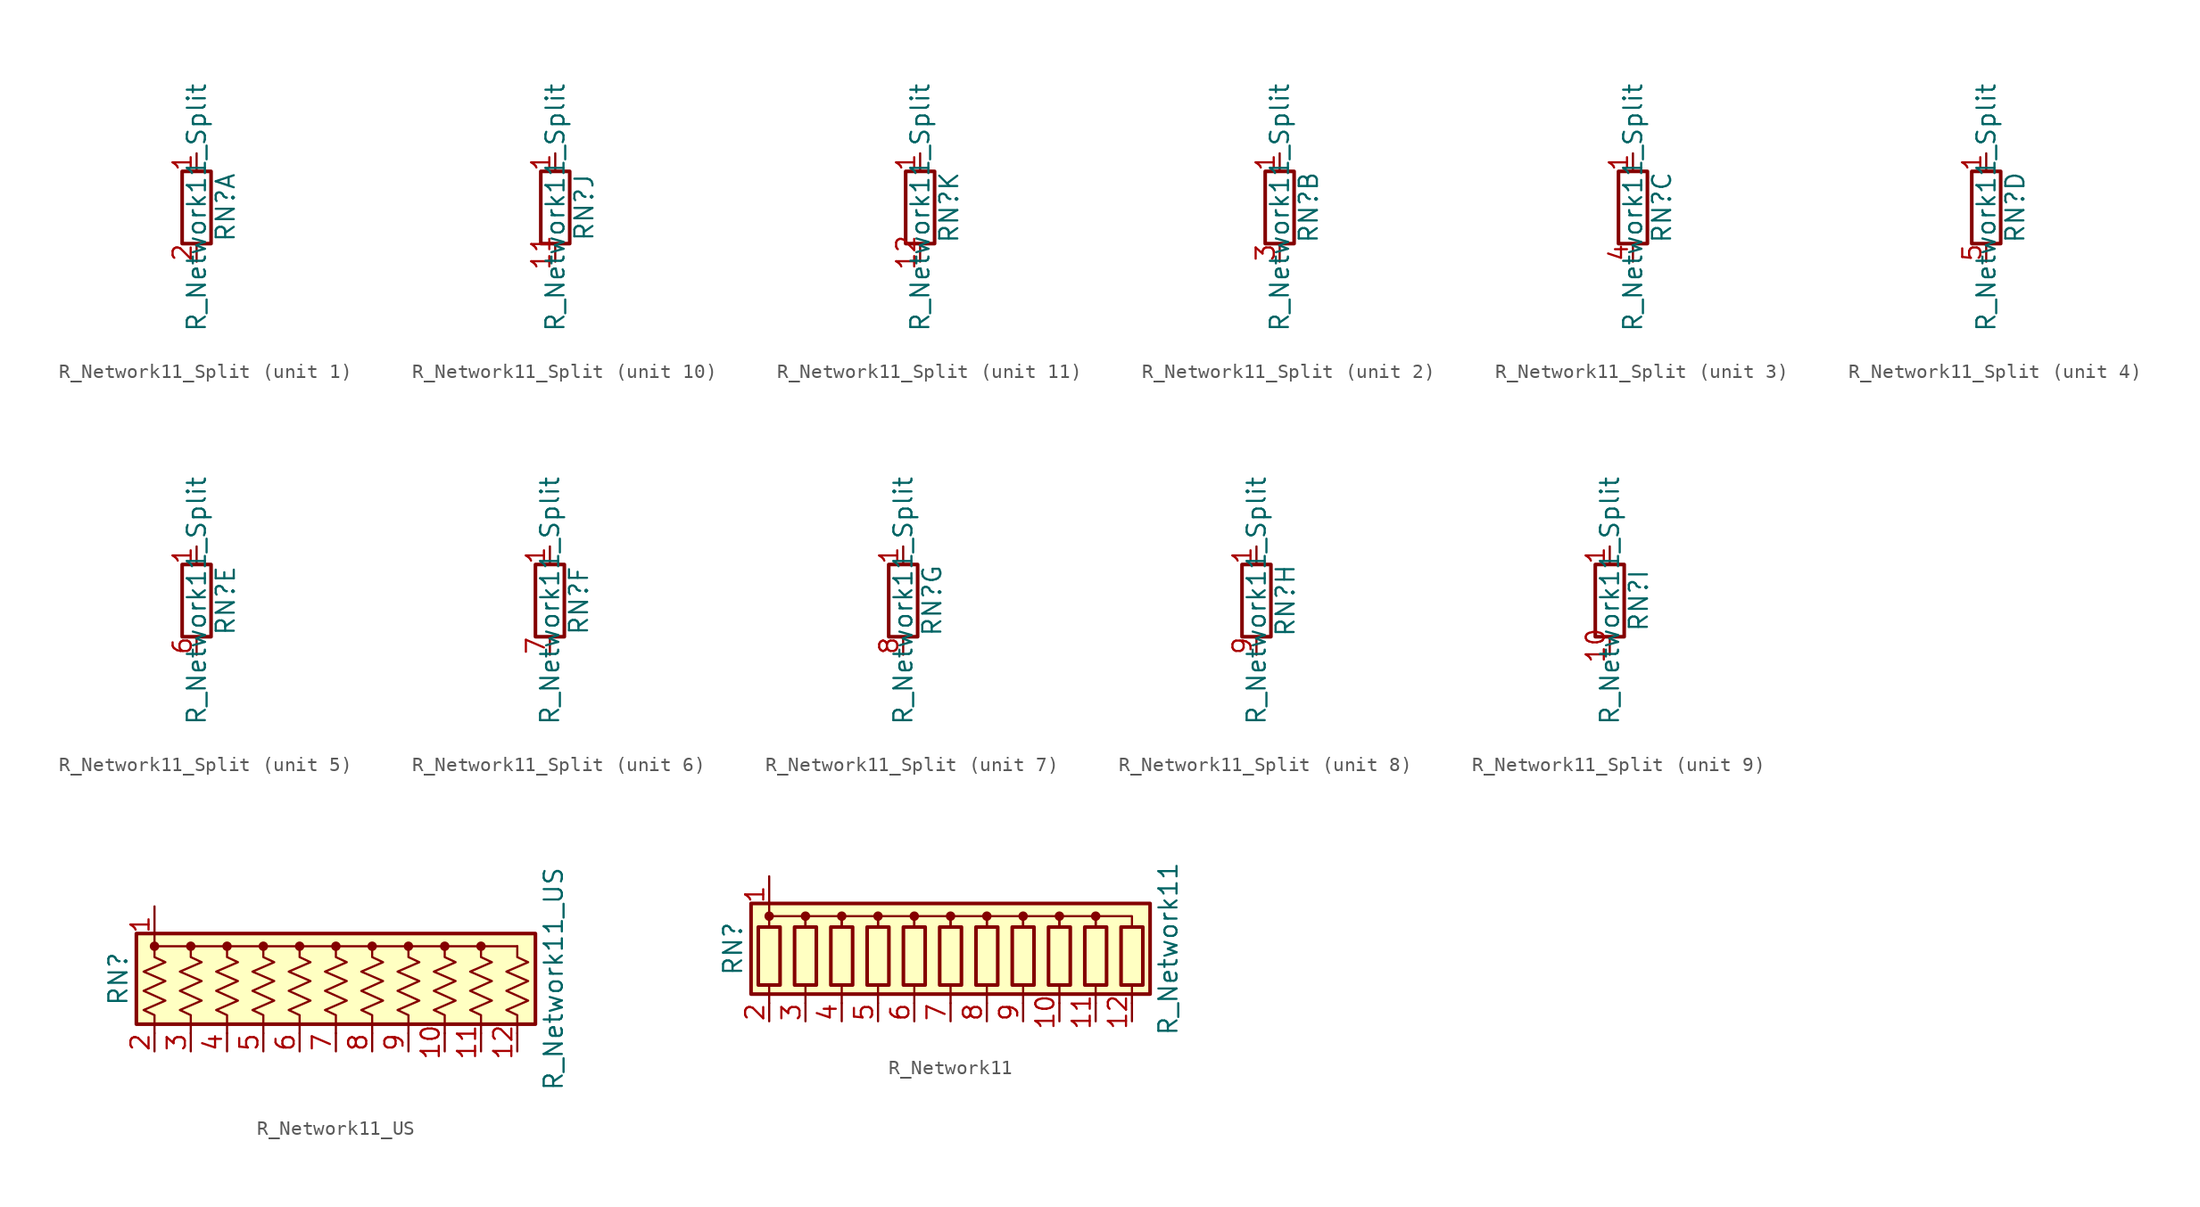
<source format=kicad_sym>
(kicad_symbol_lib
  (version 20241209)
  (generator "kicad_symbol_editor")
  (generator_version "9.0")
  (symbol "R_Network11_Split"
    (pin_names
      (offset 0)
      (hide yes))
    (property "Reference" "RN"
      (at 2.032 0 90)
      (effects (font (size 1.27 1.27))))
    (property "Value" "R_Network11_Split"
      (at 0 0 90)
      (effects (font (size 1.27 1.27))))
    (symbol "R_Network11_Split_0_1"
      (rectangle (start 1.016 2.54) (end -1.016 -2.54) (stroke (width 0.254) (type default)) (fill (type none)))
      (pin passive line (at 0 3.81 270) (length 1.27) (name "R1" (effects (font (size 1.27 1.27)))) (number "1" (effects (font (size 1.27 1.27))))))
    (symbol "R_Network11_Split_1_1"
      (pin passive line (at 0 -3.81 90) (length 1.27) (name "R1.2" (effects (font (size 1.27 1.27)))) (number "2" (effects (font (size 1.27 1.27))))))
    (symbol "R_Network11_Split_2_1"
      (pin passive line (at 0 -3.81 90) (length 1.27) (name "R2.2" (effects (font (size 1.27 1.27)))) (number "3" (effects (font (size 1.27 1.27))))))
    (symbol "R_Network11_Split_3_1"
      (pin passive line (at 0 -3.81 90) (length 1.27) (name "R3.2" (effects (font (size 1.27 1.27)))) (number "4" (effects (font (size 1.27 1.27))))))
    (symbol "R_Network11_Split_4_1"
      (pin passive line (at 0 -3.81 90) (length 1.27) (name "R4.2" (effects (font (size 1.27 1.27)))) (number "5" (effects (font (size 1.27 1.27))))))
    (symbol "R_Network11_Split_5_1"
      (pin passive line (at 0 -3.81 90) (length 1.27) (name "R5.2" (effects (font (size 1.27 1.27)))) (number "6" (effects (font (size 1.27 1.27))))))
    (symbol "R_Network11_Split_6_1"
      (pin passive line (at 0 -3.81 90) (length 1.27) (name "R6.2" (effects (font (size 1.27 1.27)))) (number "7" (effects (font (size 1.27 1.27))))))
    (symbol "R_Network11_Split_7_1"
      (pin passive line (at 0 -3.81 90) (length 1.27) (name "R7.2" (effects (font (size 1.27 1.27)))) (number "8" (effects (font (size 1.27 1.27))))))
    (symbol "R_Network11_Split_8_1"
      (pin passive line (at 0 -3.81 90) (length 1.27) (name "R8.2" (effects (font (size 1.27 1.27)))) (number "9" (effects (font (size 1.27 1.27))))))
    (symbol "R_Network11_Split_9_1"
      (pin passive line (at 0 -3.81 90) (length 1.27) (name "R9.2" (effects (font (size 1.27 1.27)))) (number "10" (effects (font (size 1.27 1.27))))))
    (symbol "R_Network11_Split_10_1"
      (pin passive line (at 0 -3.81 90) (length 1.27) (name "R10.2" (effects (font (size 1.27 1.27)))) (number "11" (effects (font (size 1.27 1.27))))))
    (symbol "R_Network11_Split_11_1"
      (pin passive line (at 0 -3.81 90) (length 1.27) (name "R11.2" (effects (font (size 1.27 1.27)))) (number "12" (effects (font (size 1.27 1.27)))))))
  (symbol "R_Network11_US"
    (pin_names
      (offset 0)
      (hide yes))
    (property "Reference" "RN"
      (at -15.24 0 90)
      (effects (font (size 1.27 1.27))))
    (property "Value" "R_Network11_US"
      (at 15.24 0 90)
      (effects (font (size 1.27 1.27))))
    (symbol "R_Network11_US_0_1"
      (rectangle (start -13.97 -3.175) (end 13.97 3.175) (stroke (width 0.254) (type default)) (fill (type background)))
      (circle (center -12.7 2.286) (radius 0.254) (stroke (width 0) (type default)) (fill (type outline)))
      (polyline (pts (xy -12.7 2.286) (xy 12.7 2.286)) (stroke (width 0) (type default)) (fill (type none)))
      (polyline (pts (xy -12.7 2.286) (xy -12.7 1.524) (xy -11.938 1.168) (xy -13.462 0.508) (xy -11.938 -0.152) (xy -13.462 -0.838) (xy -11.938 -1.524) (xy -13.462 -2.184) (xy -12.7 -2.54) (xy -12.7 -3.81)) (stroke (width 0) (type default)) (fill (type none)))
      (circle (center -10.16 2.286) (radius 0.254) (stroke (width 0) (type default)) (fill (type outline)))
      (polyline (pts (xy -10.16 2.286) (xy -10.16 1.524) (xy -9.398 1.168) (xy -10.922 0.508) (xy -9.398 -0.152) (xy -10.922 -0.838) (xy -9.398 -1.524) (xy -10.922 -2.184) (xy -10.16 -2.54) (xy -10.16 -3.81)) (stroke (width 0) (type default)) (fill (type none)))
      (circle (center -7.62 2.286) (radius 0.254) (stroke (width 0) (type default)) (fill (type outline)))
      (polyline (pts (xy -7.62 2.286) (xy -7.62 1.524) (xy -6.858 1.168) (xy -8.382 0.508) (xy -6.858 -0.152) (xy -8.382 -0.838) (xy -6.858 -1.524) (xy -8.382 -2.184) (xy -7.62 -2.54) (xy -7.62 -3.81)) (stroke (width 0) (type default)) (fill (type none)))
      (circle (center -5.08 2.286) (radius 0.254) (stroke (width 0) (type default)) (fill (type outline)))
      (polyline (pts (xy -5.08 2.286) (xy -5.08 1.524) (xy -4.318 1.168) (xy -5.842 0.508) (xy -4.318 -0.152) (xy -5.842 -0.838) (xy -4.318 -1.524) (xy -5.842 -2.184) (xy -5.08 -2.54) (xy -5.08 -3.81)) (stroke (width 0) (type default)) (fill (type none)))
      (circle (center -2.54 2.286) (radius 0.254) (stroke (width 0) (type default)) (fill (type outline)))
      (polyline (pts (xy -2.54 2.286) (xy -2.54 1.524) (xy -1.778 1.168) (xy -3.302 0.508) (xy -1.778 -0.152) (xy -3.302 -0.838) (xy -1.778 -1.524) (xy -3.302 -2.184) (xy -2.54 -2.54) (xy -2.54 -3.81)) (stroke (width 0) (type default)) (fill (type none)))
      (circle (center 0 2.286) (radius 0.254) (stroke (width 0) (type default)) (fill (type outline)))
      (polyline (pts (xy 0 2.286) (xy 0 1.524) (xy 0.762 1.168) (xy -0.762 0.508) (xy 0.762 -0.152) (xy -0.762 -0.838) (xy 0.762 -1.524) (xy -0.762 -2.184) (xy 0 -2.54) (xy 0 -3.81)) (stroke (width 0) (type default)) (fill (type none)))
      (polyline (pts (xy 2.54 2.286) (xy 2.54 1.524) (xy 3.302 1.168) (xy 1.778 0.508) (xy 3.302 -0.152) (xy 1.778 -0.838) (xy 3.302 -1.524) (xy 1.778 -2.184) (xy 2.54 -2.54) (xy 2.54 -3.81)) (stroke (width 0) (type default)) (fill (type none)))
      (circle (center 2.54 2.286) (radius 0.254) (stroke (width 0) (type default)) (fill (type outline)))
      (polyline (pts (xy 5.08 2.286) (xy 5.08 1.524) (xy 5.842 1.168) (xy 4.318 0.508) (xy 5.842 -0.152) (xy 4.318 -0.838) (xy 5.842 -1.524) (xy 4.318 -2.184) (xy 5.08 -2.54) (xy 5.08 -3.81)) (stroke (width 0) (type default)) (fill (type none)))
      (circle (center 5.08 2.286) (radius 0.254) (stroke (width 0) (type default)) (fill (type outline)))
      (polyline (pts (xy 7.62 2.286) (xy 7.62 1.524) (xy 8.382 1.168) (xy 6.858 0.508) (xy 8.382 -0.152) (xy 6.858 -0.838) (xy 8.382 -1.524) (xy 6.858 -2.184) (xy 7.62 -2.54) (xy 7.62 -3.81)) (stroke (width 0) (type default)) (fill (type none)))
      (circle (center 7.62 2.286) (radius 0.254) (stroke (width 0) (type default)) (fill (type outline)))
      (polyline (pts (xy 10.16 2.286) (xy 10.16 1.524) (xy 10.922 1.168) (xy 9.398 0.508) (xy 10.922 -0.152) (xy 9.398 -0.838) (xy 10.922 -1.524) (xy 9.398 -2.184) (xy 10.16 -2.54) (xy 10.16 -3.81)) (stroke (width 0) (type default)) (fill (type none)))
      (circle (center 10.16 2.286) (radius 0.254) (stroke (width 0) (type default)) (fill (type outline)))
      (polyline (pts (xy 12.7 2.286) (xy 12.7 1.524) (xy 13.462 1.168) (xy 11.938 0.508) (xy 13.462 -0.152) (xy 11.938 -0.838) (xy 13.462 -1.524) (xy 11.938 -2.184) (xy 12.7 -2.54) (xy 12.7 -3.81)) (stroke (width 0) (type default)) (fill (type none))))
    (symbol "R_Network11_US_1_1"
      (pin passive line (at -12.7 5.08 270) (length 2.54) (name "common" (effects (font (size 1.27 1.27)))) (number "1" (effects (font (size 1.27 1.27)))))
      (pin passive line (at -12.7 -5.08 90) (length 1.27) (name "R1" (effects (font (size 1.27 1.27)))) (number "2" (effects (font (size 1.27 1.27)))))
      (pin passive line (at -10.16 -5.08 90) (length 1.27) (name "R2" (effects (font (size 1.27 1.27)))) (number "3" (effects (font (size 1.27 1.27)))))
      (pin passive line (at -7.62 -5.08 90) (length 1.27) (name "R3" (effects (font (size 1.27 1.27)))) (number "4" (effects (font (size 1.27 1.27)))))
      (pin passive line (at -5.08 -5.08 90) (length 1.27) (name "R4" (effects (font (size 1.27 1.27)))) (number "5" (effects (font (size 1.27 1.27)))))
      (pin passive line (at -2.54 -5.08 90) (length 1.27) (name "R5" (effects (font (size 1.27 1.27)))) (number "6" (effects (font (size 1.27 1.27)))))
      (pin passive line (at 0 -5.08 90) (length 1.27) (name "R6" (effects (font (size 1.27 1.27)))) (number "7" (effects (font (size 1.27 1.27)))))
      (pin passive line (at 2.54 -5.08 90) (length 1.27) (name "R7" (effects (font (size 1.27 1.27)))) (number "8" (effects (font (size 1.27 1.27)))))
      (pin passive line (at 5.08 -5.08 90) (length 1.27) (name "R8" (effects (font (size 1.27 1.27)))) (number "9" (effects (font (size 1.27 1.27)))))
      (pin passive line (at 7.62 -5.08 90) (length 1.27) (name "R9" (effects (font (size 1.27 1.27)))) (number "10" (effects (font (size 1.27 1.27)))))
      (pin passive line (at 10.16 -5.08 90) (length 1.27) (name "R10" (effects (font (size 1.27 1.27)))) (number "11" (effects (font (size 1.27 1.27)))))
      (pin passive line (at 12.7 -5.08 90) (length 1.27) (name "R11" (effects (font (size 1.27 1.27)))) (number "12" (effects (font (size 1.27 1.27)))))))
  (symbol "R_Network11"
    (pin_names
      (offset 0)
      (hide yes))
    (property "Reference" "RN"
      (at -15.24 0 90)
      (effects (font (size 1.27 1.27))))
    (property "Value" "R_Network11"
      (at 15.24 0 90)
      (effects (font (size 1.27 1.27))))
    (symbol "R_Network11_0_1"
      (rectangle (start -13.97 -3.175) (end 13.97 3.175) (stroke (width 0.254) (type default)) (fill (type background)))
      (rectangle (start -13.462 1.524) (end -11.938 -2.54) (stroke (width 0.254) (type default)) (fill (type none)))
      (circle (center -12.7 2.286) (radius 0.254) (stroke (width 0) (type default)) (fill (type outline)))
      (polyline (pts (xy -12.7 1.524) (xy -12.7 2.286) (xy -10.16 2.286) (xy -10.16 1.524)) (stroke (width 0) (type default)) (fill (type none)))
      (polyline (pts (xy -12.7 -2.54) (xy -12.7 -3.81)) (stroke (width 0) (type default)) (fill (type none)))
      (rectangle (start -10.922 1.524) (end -9.398 -2.54) (stroke (width 0.254) (type default)) (fill (type none)))
      (circle (center -10.16 2.286) (radius 0.254) (stroke (width 0) (type default)) (fill (type outline)))
      (polyline (pts (xy -10.16 1.524) (xy -10.16 2.286) (xy -7.62 2.286) (xy -7.62 1.524)) (stroke (width 0) (type default)) (fill (type none)))
      (polyline (pts (xy -10.16 -2.54) (xy -10.16 -3.81)) (stroke (width 0) (type default)) (fill (type none)))
      (rectangle (start -8.382 1.524) (end -6.858 -2.54) (stroke (width 0.254) (type default)) (fill (type none)))
      (circle (center -7.62 2.286) (radius 0.254) (stroke (width 0) (type default)) (fill (type outline)))
      (polyline (pts (xy -7.62 1.524) (xy -7.62 2.286) (xy -5.08 2.286) (xy -5.08 1.524)) (stroke (width 0) (type default)) (fill (type none)))
      (polyline (pts (xy -7.62 -2.54) (xy -7.62 -3.81)) (stroke (width 0) (type default)) (fill (type none)))
      (rectangle (start -5.842 1.524) (end -4.318 -2.54) (stroke (width 0.254) (type default)) (fill (type none)))
      (circle (center -5.08 2.286) (radius 0.254) (stroke (width 0) (type default)) (fill (type outline)))
      (polyline (pts (xy -5.08 1.524) (xy -5.08 2.286) (xy -2.54 2.286) (xy -2.54 1.524)) (stroke (width 0) (type default)) (fill (type none)))
      (polyline (pts (xy -5.08 -2.54) (xy -5.08 -3.81)) (stroke (width 0) (type default)) (fill (type none)))
      (rectangle (start -3.302 1.524) (end -1.778 -2.54) (stroke (width 0.254) (type default)) (fill (type none)))
      (circle (center -2.54 2.286) (radius 0.254) (stroke (width 0) (type default)) (fill (type outline)))
      (polyline (pts (xy -2.54 1.524) (xy -2.54 2.286) (xy 0 2.286) (xy 0 1.524)) (stroke (width 0) (type default)) (fill (type none)))
      (polyline (pts (xy -2.54 -2.54) (xy -2.54 -3.81)) (stroke (width 0) (type default)) (fill (type none)))
      (rectangle (start -0.762 1.524) (end 0.762 -2.54) (stroke (width 0.254) (type default)) (fill (type none)))
      (circle (center 0 2.286) (radius 0.254) (stroke (width 0) (type default)) (fill (type outline)))
      (polyline (pts (xy 0 1.524) (xy 0 2.286) (xy 2.54 2.286) (xy 2.54 1.524)) (stroke (width 0) (type default)) (fill (type none)))
      (polyline (pts (xy 0 -2.54) (xy 0 -3.81)) (stroke (width 0) (type default)) (fill (type none)))
      (rectangle (start 1.778 1.524) (end 3.302 -2.54) (stroke (width 0.254) (type default)) (fill (type none)))
      (circle (center 2.54 2.286) (radius 0.254) (stroke (width 0) (type default)) (fill (type outline)))
      (polyline (pts (xy 2.54 1.524) (xy 2.54 2.286) (xy 5.08 2.286) (xy 5.08 1.524)) (stroke (width 0) (type default)) (fill (type none)))
      (polyline (pts (xy 2.54 -2.54) (xy 2.54 -3.81)) (stroke (width 0) (type default)) (fill (type none)))
      (rectangle (start 4.318 1.524) (end 5.842 -2.54) (stroke (width 0.254) (type default)) (fill (type none)))
      (circle (center 5.08 2.286) (radius 0.254) (stroke (width 0) (type default)) (fill (type outline)))
      (polyline (pts (xy 5.08 1.524) (xy 5.08 2.286) (xy 7.62 2.286) (xy 7.62 1.524)) (stroke (width 0) (type default)) (fill (type none)))
      (polyline (pts (xy 5.08 -2.54) (xy 5.08 -3.81)) (stroke (width 0) (type default)) (fill (type none)))
      (rectangle (start 6.858 1.524) (end 8.382 -2.54) (stroke (width 0.254) (type default)) (fill (type none)))
      (circle (center 7.62 2.286) (radius 0.254) (stroke (width 0) (type default)) (fill (type outline)))
      (polyline (pts (xy 7.62 1.524) (xy 7.62 2.286) (xy 10.16 2.286) (xy 10.16 1.524)) (stroke (width 0) (type default)) (fill (type none)))
      (polyline (pts (xy 7.62 -2.54) (xy 7.62 -3.81)) (stroke (width 0) (type default)) (fill (type none)))
      (rectangle (start 9.398 1.524) (end 10.922 -2.54) (stroke (width 0.254) (type default)) (fill (type none)))
      (circle (center 10.16 2.286) (radius 0.254) (stroke (width 0) (type default)) (fill (type outline)))
      (polyline (pts (xy 10.16 1.524) (xy 10.16 2.286) (xy 12.7 2.286) (xy 12.7 1.524)) (stroke (width 0) (type default)) (fill (type none)))
      (polyline (pts (xy 10.16 -2.54) (xy 10.16 -3.81)) (stroke (width 0) (type default)) (fill (type none)))
      (rectangle (start 11.938 1.524) (end 13.462 -2.54) (stroke (width 0.254) (type default)) (fill (type none)))
      (polyline (pts (xy 12.7 -2.54) (xy 12.7 -3.81)) (stroke (width 0) (type default)) (fill (type none))))
    (symbol "R_Network11_1_1"
      (pin passive line (at -12.7 5.08 270) (length 2.54) (name "common" (effects (font (size 1.27 1.27)))) (number "1" (effects (font (size 1.27 1.27)))))
      (pin passive line (at -12.7 -5.08 90) (length 1.27) (name "R1" (effects (font (size 1.27 1.27)))) (number "2" (effects (font (size 1.27 1.27)))))
      (pin passive line (at -10.16 -5.08 90) (length 1.27) (name "R2" (effects (font (size 1.27 1.27)))) (number "3" (effects (font (size 1.27 1.27)))))
      (pin passive line (at -7.62 -5.08 90) (length 1.27) (name "R3" (effects (font (size 1.27 1.27)))) (number "4" (effects (font (size 1.27 1.27)))))
      (pin passive line (at -5.08 -5.08 90) (length 1.27) (name "R4" (effects (font (size 1.27 1.27)))) (number "5" (effects (font (size 1.27 1.27)))))
      (pin passive line (at -2.54 -5.08 90) (length 1.27) (name "R5" (effects (font (size 1.27 1.27)))) (number "6" (effects (font (size 1.27 1.27)))))
      (pin passive line (at 0 -5.08 90) (length 1.27) (name "R6" (effects (font (size 1.27 1.27)))) (number "7" (effects (font (size 1.27 1.27)))))
      (pin passive line (at 2.54 -5.08 90) (length 1.27) (name "R7" (effects (font (size 1.27 1.27)))) (number "8" (effects (font (size 1.27 1.27)))))
      (pin passive line (at 5.08 -5.08 90) (length 1.27) (name "R8" (effects (font (size 1.27 1.27)))) (number "9" (effects (font (size 1.27 1.27)))))
      (pin passive line (at 7.62 -5.08 90) (length 1.27) (name "R9" (effects (font (size 1.27 1.27)))) (number "10" (effects (font (size 1.27 1.27)))))
      (pin passive line (at 10.16 -5.08 90) (length 1.27) (name "R10" (effects (font (size 1.27 1.27)))) (number "11" (effects (font (size 1.27 1.27)))))
      (pin passive line (at 12.7 -5.08 90) (length 1.27) (name "R11" (effects (font (size 1.27 1.27)))) (number "12" (effects (font (size 1.27 1.27))))))))
</source>
